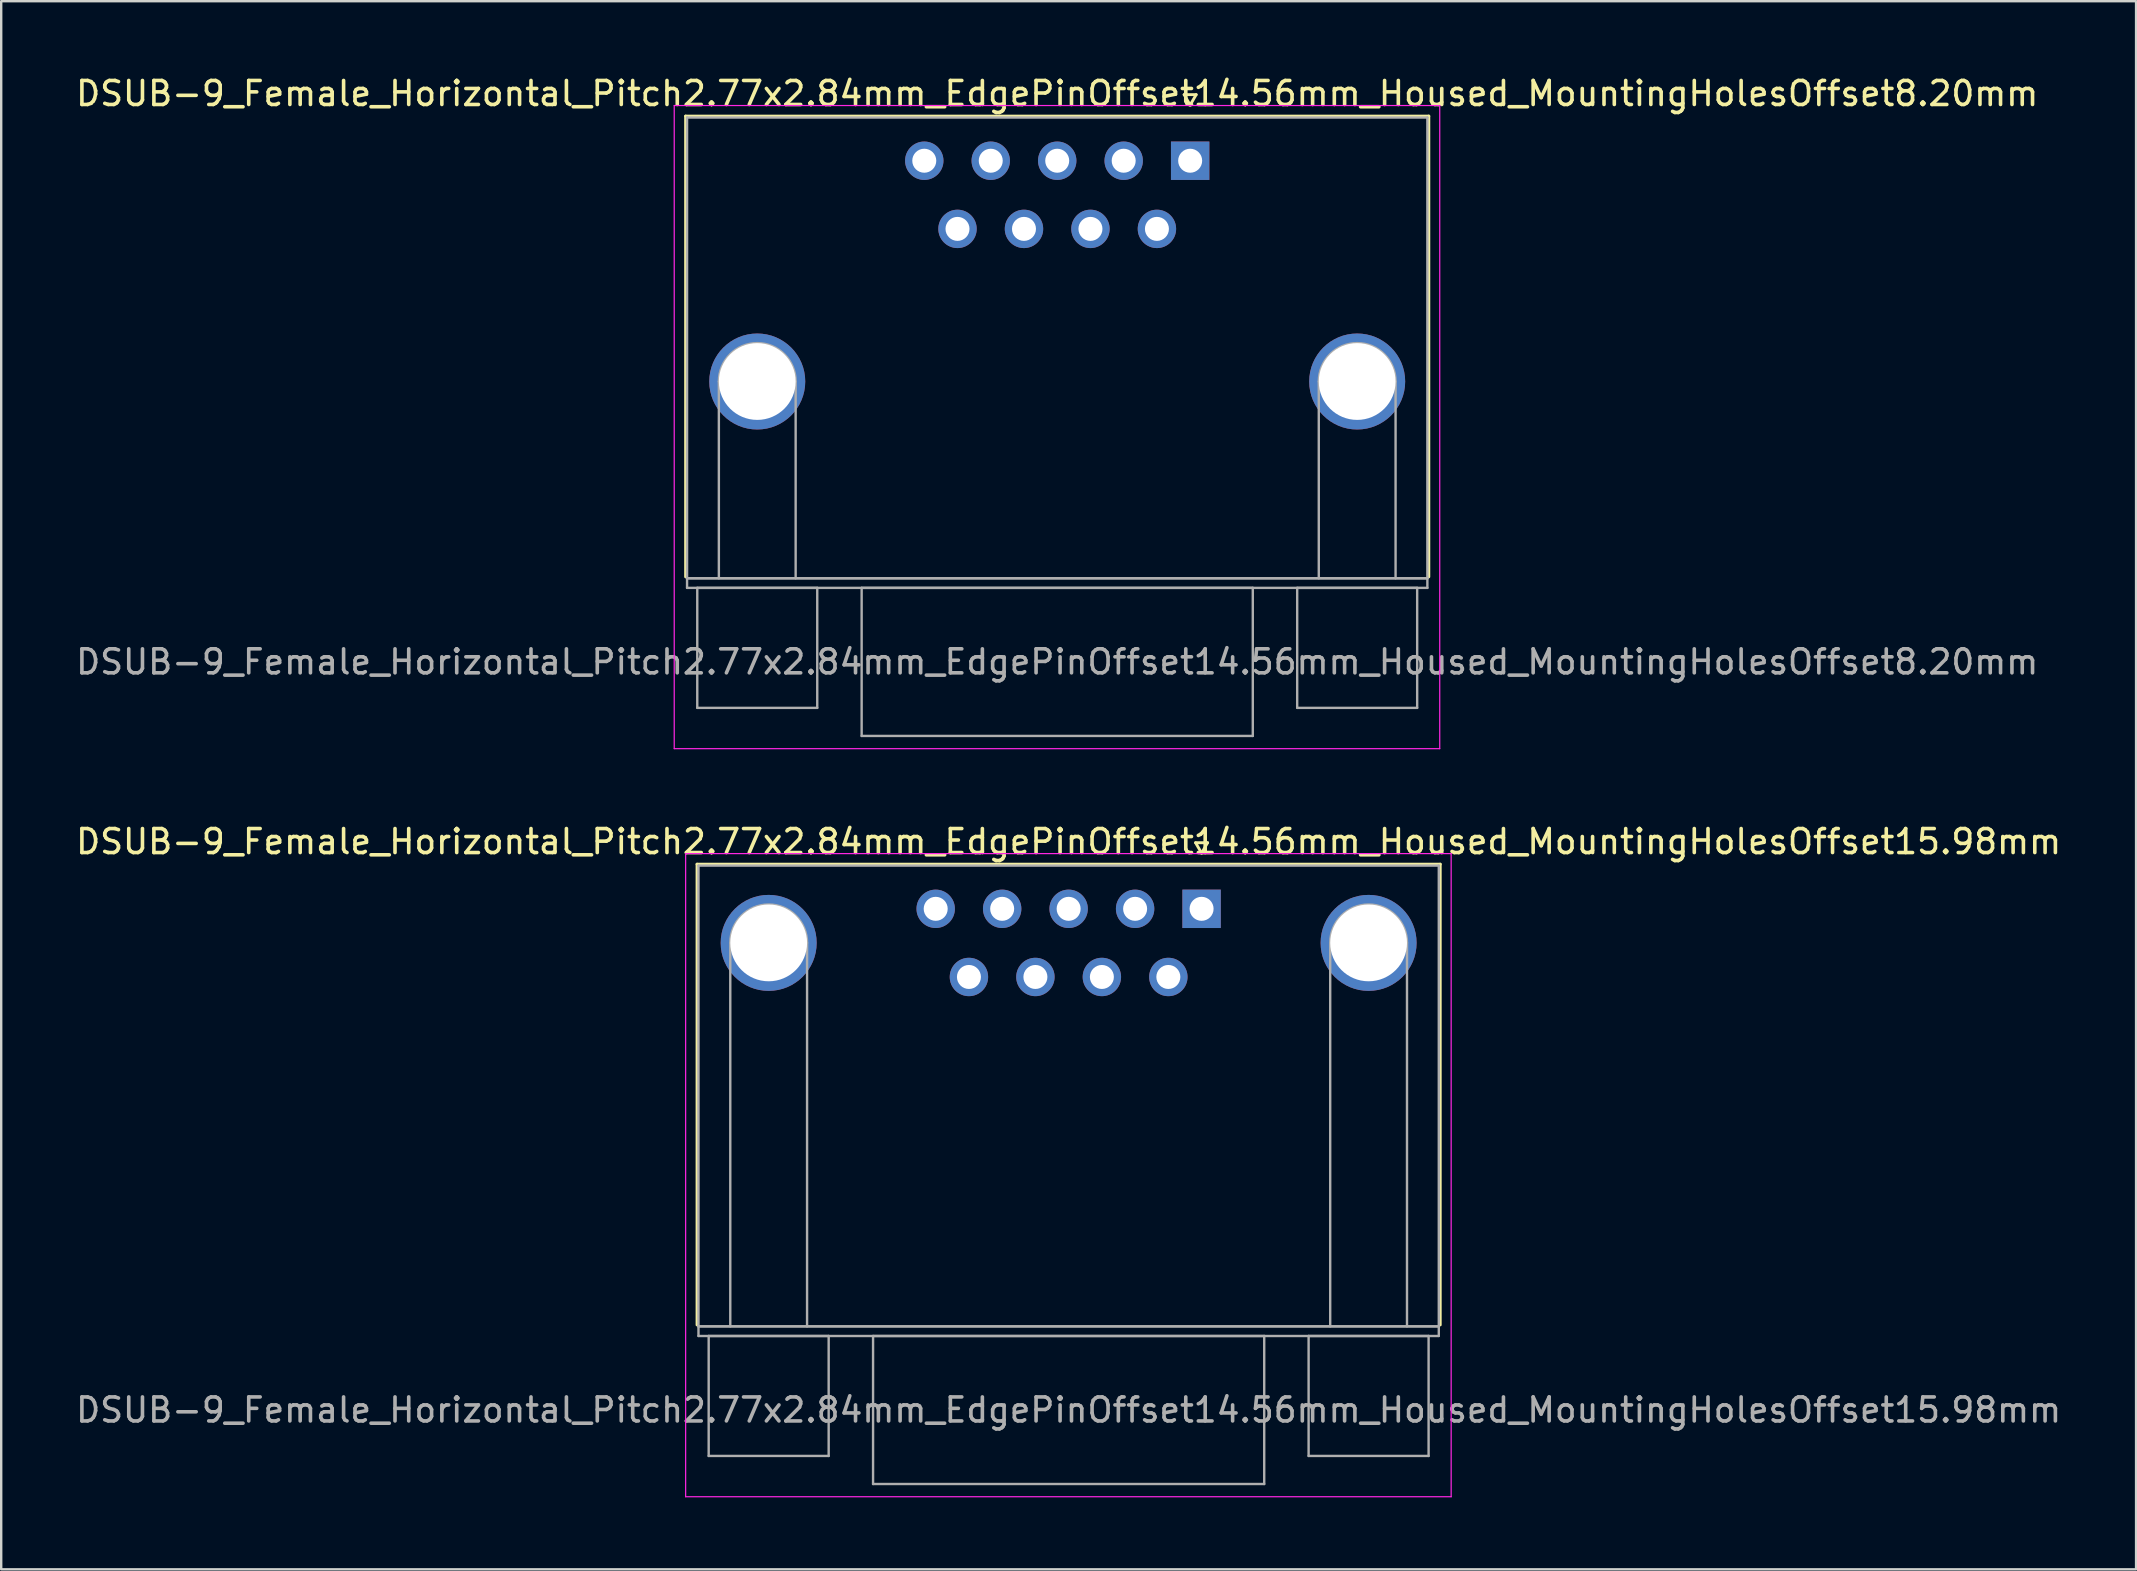
<source format=kicad_pcb>
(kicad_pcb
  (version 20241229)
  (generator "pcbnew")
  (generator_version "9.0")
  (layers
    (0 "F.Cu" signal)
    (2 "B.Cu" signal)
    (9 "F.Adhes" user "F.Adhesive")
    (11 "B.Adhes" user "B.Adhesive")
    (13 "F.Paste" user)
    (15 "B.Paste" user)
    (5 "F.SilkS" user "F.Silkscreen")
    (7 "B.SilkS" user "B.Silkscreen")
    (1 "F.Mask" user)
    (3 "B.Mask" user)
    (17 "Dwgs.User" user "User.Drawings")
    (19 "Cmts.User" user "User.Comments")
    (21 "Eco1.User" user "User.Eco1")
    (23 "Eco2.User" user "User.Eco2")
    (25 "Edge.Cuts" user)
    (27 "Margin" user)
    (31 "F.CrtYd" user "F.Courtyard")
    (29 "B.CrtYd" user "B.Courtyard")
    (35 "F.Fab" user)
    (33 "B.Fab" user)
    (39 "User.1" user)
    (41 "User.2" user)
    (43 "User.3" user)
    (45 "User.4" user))
  (footprint "DSUB-9_Female_Horizontal_Pitch2.77x2.84mm_EdgePinOffset14.56mm_Housed_MountingHolesOffset15.98mm"
    (layer "F.Cu")
    (at 47.022 34.822)
    (property "Reference" "DSUB-9_Female_Horizontal_Pitch2.77x2.84mm_EdgePinOffset14.56mm_Housed_MountingHolesOffset15.98mm" (at -5.54 -2.8 0) (layer "F.SilkS") (effects (font (size 1 1) (thickness 0.15))))
    (attr through_hole)
    (fp_line (start -21.025 -1.86) (end 9.945 -1.86) (stroke (width 0.12) (type solid)) (layer "F.SilkS"))
    (fp_line (start -21.025 17.34) (end -21.025 -1.86) (stroke (width 0.12) (type solid)) (layer "F.SilkS"))
    (fp_line (start -0.25 -2.754) (end 0.25 -2.754) (stroke (width 0.12) (type solid)) (layer "F.SilkS"))
    (fp_line (start 0 -2.321) (end -0.25 -2.754) (stroke (width 0.12) (type solid)) (layer "F.SilkS"))
    (fp_line (start 0.25 -2.754) (end 0 -2.321) (stroke (width 0.12) (type solid)) (layer "F.SilkS"))
    (fp_line (start 9.945 -1.86) (end 9.945 17.34) (stroke (width 0.12) (type solid)) (layer "F.SilkS"))
    (fp_line (start -21.5 -2.3) (end -21.5 24.5) (stroke (width 0.05) (type solid)) (layer "F.CrtYd"))
    (fp_line (start -21.5 24.5) (end 10.4 24.5) (stroke (width 0.05) (type solid)) (layer "F.CrtYd"))
    (fp_line (start 10.4 -2.3) (end -21.5 -2.3) (stroke (width 0.05) (type solid)) (layer "F.CrtYd"))
    (fp_line (start 10.4 24.5) (end 10.4 -2.3) (stroke (width 0.05) (type solid)) (layer "F.CrtYd"))
    (fp_line (start -20.965 -1.8) (end -20.965 17.4) (stroke (width 0.1) (type solid)) (layer "F.Fab"))
    (fp_line (start -20.965 17.4) (end -20.965 17.8) (stroke (width 0.1) (type solid)) (layer "F.Fab"))
    (fp_line (start -20.965 17.4) (end 9.885 17.4) (stroke (width 0.1) (type solid)) (layer "F.Fab"))
    (fp_line (start -20.965 17.8) (end 9.885 17.8) (stroke (width 0.1) (type solid)) (layer "F.Fab"))
    (fp_line (start -20.54 17.8) (end -20.54 22.8) (stroke (width 0.1) (type solid)) (layer "F.Fab"))
    (fp_line (start -20.54 22.8) (end -15.54 22.8) (stroke (width 0.1) (type solid)) (layer "F.Fab"))
    (fp_line (start -19.64 17.4) (end -19.64 1.42) (stroke (width 0.1) (type solid)) (layer "F.Fab"))
    (fp_line (start -16.44 17.4) (end -16.44 1.42) (stroke (width 0.1) (type solid)) (layer "F.Fab"))
    (fp_line (start -15.54 17.8) (end -20.54 17.8) (stroke (width 0.1) (type solid)) (layer "F.Fab"))
    (fp_line (start -15.54 22.8) (end -15.54 17.8) (stroke (width 0.1) (type solid)) (layer "F.Fab"))
    (fp_line (start -13.69 17.8) (end -13.69 23.97) (stroke (width 0.1) (type solid)) (layer "F.Fab"))
    (fp_line (start -13.69 23.97) (end 2.61 23.97) (stroke (width 0.1) (type solid)) (layer "F.Fab"))
    (fp_line (start 2.61 17.8) (end -13.69 17.8) (stroke (width 0.1) (type solid)) (layer "F.Fab"))
    (fp_line (start 2.61 23.97) (end 2.61 17.8) (stroke (width 0.1) (type solid)) (layer "F.Fab"))
    (fp_line (start 4.46 17.8) (end 4.46 22.8) (stroke (width 0.1) (type solid)) (layer "F.Fab"))
    (fp_line (start 4.46 22.8) (end 9.46 22.8) (stroke (width 0.1) (type solid)) (layer "F.Fab"))
    (fp_line (start 5.36 17.4) (end 5.36 1.42) (stroke (width 0.1) (type solid)) (layer "F.Fab"))
    (fp_line (start 8.56 17.4) (end 8.56 1.42) (stroke (width 0.1) (type solid)) (layer "F.Fab"))
    (fp_line (start 9.46 17.8) (end 4.46 17.8) (stroke (width 0.1) (type solid)) (layer "F.Fab"))
    (fp_line (start 9.46 22.8) (end 9.46 17.8) (stroke (width 0.1) (type solid)) (layer "F.Fab"))
    (fp_line (start 9.885 -1.8) (end -20.965 -1.8) (stroke (width 0.1) (type solid)) (layer "F.Fab"))
    (fp_line (start 9.885 17.4) (end -20.965 17.4) (stroke (width 0.1) (type solid)) (layer "F.Fab"))
    (fp_line (start 9.885 17.4) (end 9.885 -1.8) (stroke (width 0.1) (type solid)) (layer "F.Fab"))
    (fp_line (start 9.885 17.8) (end 9.885 17.4) (stroke (width 0.1) (type solid)) (layer "F.Fab"))
    (fp_arc (start -19.64 1.42) (mid -18.04 -0.18) (end -16.44 1.42) (stroke (width 0.1) (type solid)) (layer "F.Fab"))
    (fp_arc (start 5.36 1.42) (mid 6.96 -0.18) (end 8.56 1.42) (stroke (width 0.1) (type solid)) (layer "F.Fab"))
    (fp_text user "${REFERENCE}" (at -5.54 20.885 0) (layer "F.Fab") (effects (font (size 1 1) (thickness 0.15))))
    (pad "0" thru_hole circle (at -18.04 1.42) (size 4 4) (drill 3.2) (layers "*.Cu" "*.Mask"))
    (pad "0" thru_hole circle (at 6.96 1.42) (size 4 4) (drill 3.2) (layers "*.Cu" "*.Mask"))
    (pad "1" thru_hole rect (at 0 0) (size 1.6 1.6) (drill 1) (layers "*.Cu" "*.Mask"))
    (pad "2" thru_hole circle (at -2.77 0) (size 1.6 1.6) (drill 1) (layers "*.Cu" "*.Mask"))
    (pad "3" thru_hole circle (at -5.54 0) (size 1.6 1.6) (drill 1) (layers "*.Cu" "*.Mask"))
    (pad "4" thru_hole circle (at -8.31 0) (size 1.6 1.6) (drill 1) (layers "*.Cu" "*.Mask"))
    (pad "5" thru_hole circle (at -11.08 0) (size 1.6 1.6) (drill 1) (layers "*.Cu" "*.Mask"))
    (pad "6" thru_hole circle (at -1.385 2.84) (size 1.6 1.6) (drill 1) (layers "*.Cu" "*.Mask"))
    (pad "7" thru_hole circle (at -4.155 2.84) (size 1.6 1.6) (drill 1) (layers "*.Cu" "*.Mask"))
    (pad "8" thru_hole circle (at -6.925 2.84) (size 1.6 1.6) (drill 1) (layers "*.Cu" "*.Mask"))
    (pad "9" thru_hole circle (at -9.695 2.84) (size 1.6 1.6) (drill 1) (layers "*.Cu" "*.Mask")))
  (footprint "DSUB-9_Female_Horizontal_Pitch2.77x2.84mm_EdgePinOffset14.56mm_Housed_MountingHolesOffset8.20mm"
    (layer "F.Cu")
    (at 46.546 3.648)
    (property "Reference" "DSUB-9_Female_Horizontal_Pitch2.77x2.84mm_EdgePinOffset14.56mm_Housed_MountingHolesOffset8.20mm" (at -5.54 -2.8 0) (layer "F.SilkS") (effects (font (size 1 1) (thickness 0.15))))
    (attr through_hole)
    (fp_line (start -21.025 -1.86) (end 9.945 -1.86) (stroke (width 0.12) (type solid)) (layer "F.SilkS"))
    (fp_line (start -21.025 17.34) (end -21.025 -1.86) (stroke (width 0.12) (type solid)) (layer "F.SilkS"))
    (fp_line (start -0.25 -2.754) (end 0.25 -2.754) (stroke (width 0.12) (type solid)) (layer "F.SilkS"))
    (fp_line (start 0 -2.321) (end -0.25 -2.754) (stroke (width 0.12) (type solid)) (layer "F.SilkS"))
    (fp_line (start 0.25 -2.754) (end 0 -2.321) (stroke (width 0.12) (type solid)) (layer "F.SilkS"))
    (fp_line (start 9.945 -1.86) (end 9.945 17.34) (stroke (width 0.12) (type solid)) (layer "F.SilkS"))
    (fp_line (start -21.5 -2.3) (end -21.5 24.5) (stroke (width 0.05) (type solid)) (layer "F.CrtYd"))
    (fp_line (start -21.5 24.5) (end 10.4 24.5) (stroke (width 0.05) (type solid)) (layer "F.CrtYd"))
    (fp_line (start 10.4 -2.3) (end -21.5 -2.3) (stroke (width 0.05) (type solid)) (layer "F.CrtYd"))
    (fp_line (start 10.4 24.5) (end 10.4 -2.3) (stroke (width 0.05) (type solid)) (layer "F.CrtYd"))
    (fp_line (start -20.965 -1.8) (end -20.965 17.4) (stroke (width 0.1) (type solid)) (layer "F.Fab"))
    (fp_line (start -20.965 17.4) (end -20.965 17.8) (stroke (width 0.1) (type solid)) (layer "F.Fab"))
    (fp_line (start -20.965 17.4) (end 9.885 17.4) (stroke (width 0.1) (type solid)) (layer "F.Fab"))
    (fp_line (start -20.965 17.8) (end 9.885 17.8) (stroke (width 0.1) (type solid)) (layer "F.Fab"))
    (fp_line (start -20.54 17.8) (end -20.54 22.8) (stroke (width 0.1) (type solid)) (layer "F.Fab"))
    (fp_line (start -20.54 22.8) (end -15.54 22.8) (stroke (width 0.1) (type solid)) (layer "F.Fab"))
    (fp_line (start -19.64 17.4) (end -19.64 9.2) (stroke (width 0.1) (type solid)) (layer "F.Fab"))
    (fp_line (start -16.44 17.4) (end -16.44 9.2) (stroke (width 0.1) (type solid)) (layer "F.Fab"))
    (fp_line (start -15.54 17.8) (end -20.54 17.8) (stroke (width 0.1) (type solid)) (layer "F.Fab"))
    (fp_line (start -15.54 22.8) (end -15.54 17.8) (stroke (width 0.1) (type solid)) (layer "F.Fab"))
    (fp_line (start -13.69 17.8) (end -13.69 23.97) (stroke (width 0.1) (type solid)) (layer "F.Fab"))
    (fp_line (start -13.69 23.97) (end 2.61 23.97) (stroke (width 0.1) (type solid)) (layer "F.Fab"))
    (fp_line (start 2.61 17.8) (end -13.69 17.8) (stroke (width 0.1) (type solid)) (layer "F.Fab"))
    (fp_line (start 2.61 23.97) (end 2.61 17.8) (stroke (width 0.1) (type solid)) (layer "F.Fab"))
    (fp_line (start 4.46 17.8) (end 4.46 22.8) (stroke (width 0.1) (type solid)) (layer "F.Fab"))
    (fp_line (start 4.46 22.8) (end 9.46 22.8) (stroke (width 0.1) (type solid)) (layer "F.Fab"))
    (fp_line (start 5.36 17.4) (end 5.36 9.2) (stroke (width 0.1) (type solid)) (layer "F.Fab"))
    (fp_line (start 8.56 17.4) (end 8.56 9.2) (stroke (width 0.1) (type solid)) (layer "F.Fab"))
    (fp_line (start 9.46 17.8) (end 4.46 17.8) (stroke (width 0.1) (type solid)) (layer "F.Fab"))
    (fp_line (start 9.46 22.8) (end 9.46 17.8) (stroke (width 0.1) (type solid)) (layer "F.Fab"))
    (fp_line (start 9.885 -1.8) (end -20.965 -1.8) (stroke (width 0.1) (type solid)) (layer "F.Fab"))
    (fp_line (start 9.885 17.4) (end -20.965 17.4) (stroke (width 0.1) (type solid)) (layer "F.Fab"))
    (fp_line (start 9.885 17.4) (end 9.885 -1.8) (stroke (width 0.1) (type solid)) (layer "F.Fab"))
    (fp_line (start 9.885 17.8) (end 9.885 17.4) (stroke (width 0.1) (type solid)) (layer "F.Fab"))
    (fp_arc (start -19.64 9.2) (mid -18.04 7.6) (end -16.44 9.2) (stroke (width 0.1) (type solid)) (layer "F.Fab"))
    (fp_arc (start 5.36 9.2) (mid 6.96 7.6) (end 8.56 9.2) (stroke (width 0.1) (type solid)) (layer "F.Fab"))
    (fp_text user "${REFERENCE}" (at -5.54 20.885 0) (layer "F.Fab") (effects (font (size 1 1) (thickness 0.15))))
    (pad "0" thru_hole circle (at -18.04 9.2) (size 4 4) (drill 3.2) (layers "*.Cu" "*.Mask"))
    (pad "0" thru_hole circle (at 6.96 9.2) (size 4 4) (drill 3.2) (layers "*.Cu" "*.Mask"))
    (pad "1" thru_hole rect (at 0 0) (size 1.6 1.6) (drill 1) (layers "*.Cu" "*.Mask"))
    (pad "2" thru_hole circle (at -2.77 0) (size 1.6 1.6) (drill 1) (layers "*.Cu" "*.Mask"))
    (pad "3" thru_hole circle (at -5.54 0) (size 1.6 1.6) (drill 1) (layers "*.Cu" "*.Mask"))
    (pad "4" thru_hole circle (at -8.31 0) (size 1.6 1.6) (drill 1) (layers "*.Cu" "*.Mask"))
    (pad "5" thru_hole circle (at -11.08 0) (size 1.6 1.6) (drill 1) (layers "*.Cu" "*.Mask"))
    (pad "6" thru_hole circle (at -1.385 2.84) (size 1.6 1.6) (drill 1) (layers "*.Cu" "*.Mask"))
    (pad "7" thru_hole circle (at -4.155 2.84) (size 1.6 1.6) (drill 1) (layers "*.Cu" "*.Mask"))
    (pad "8" thru_hole circle (at -6.925 2.84) (size 1.6 1.6) (drill 1) (layers "*.Cu" "*.Mask"))
    (pad "9" thru_hole circle (at -9.695 2.84) (size 1.6 1.6) (drill 1) (layers "*.Cu" "*.Mask")))
  (gr_rect
    (start -3 -3)
    (end 85.964 62.346)
    (stroke (width 0.1) (type default))
    (fill no)
    (layer "Edge.Cuts")))
</source>
